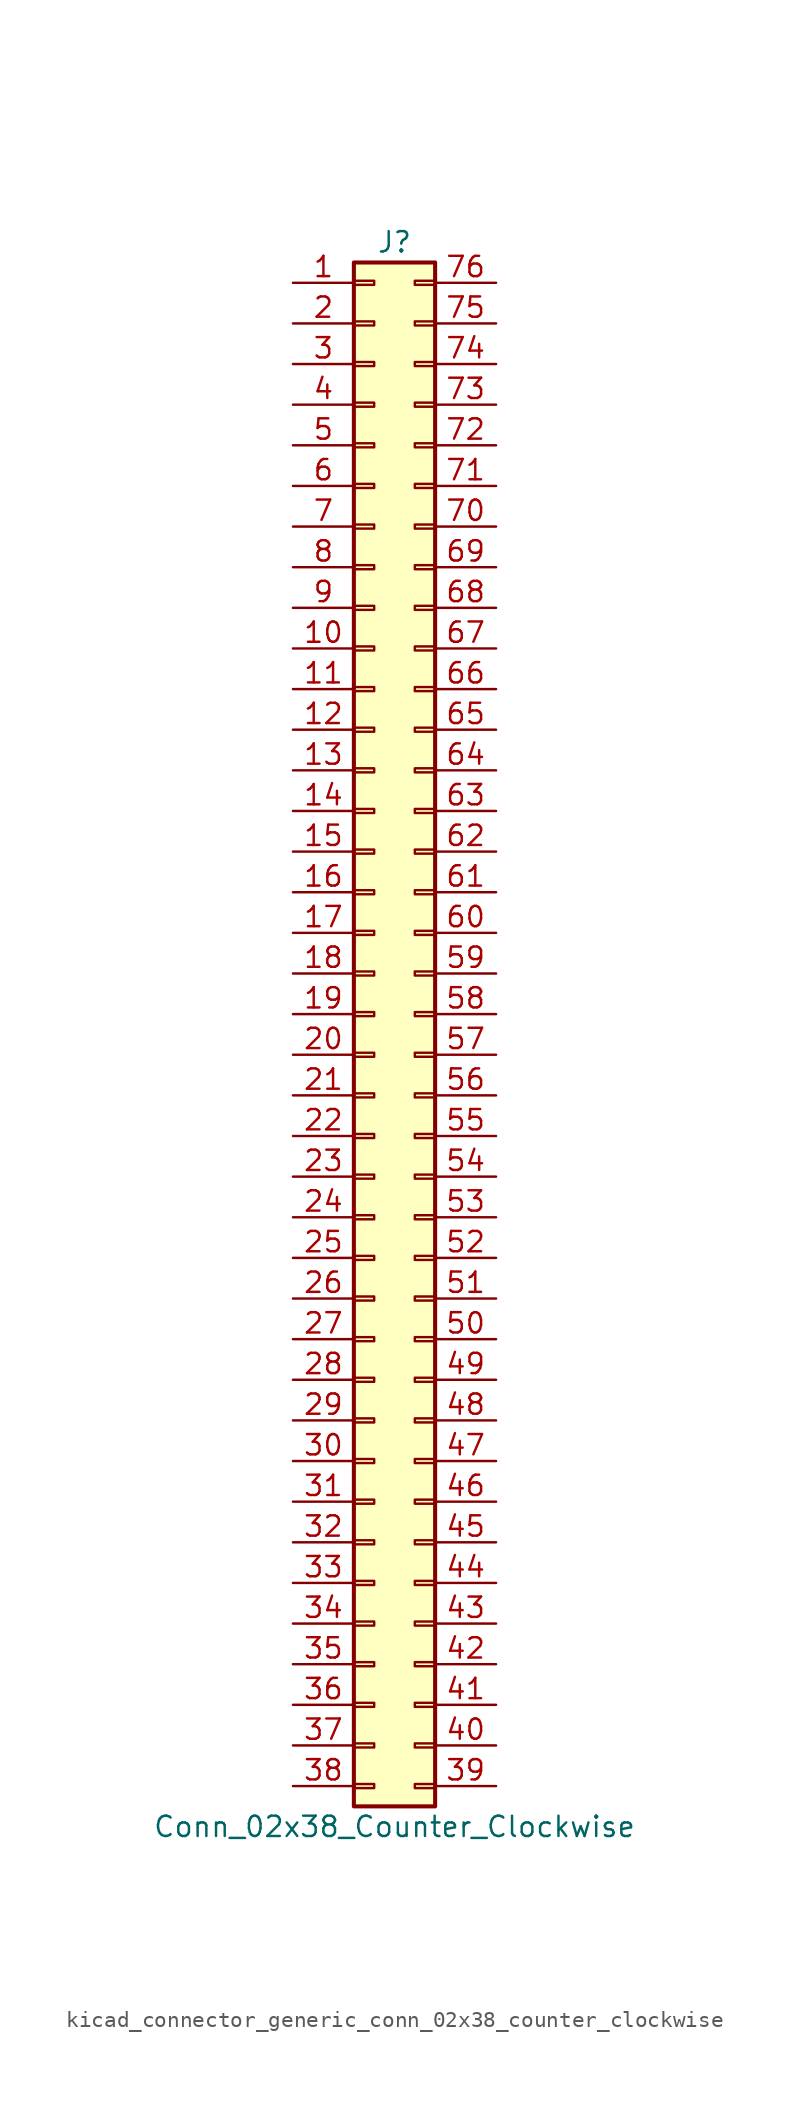
<source format=kicad_sym>
(kicad_symbol_lib
  (version 20220914)
  (generator kicad_symbol_editor)
  (symbol "kicad_connector_generic_conn_02x38_counter_clockwise"
    (pin_names
      (offset 1.016) hide)
    (property "Reference" "J"
      (at 1.27 48.26 0)
      (effects (font (size 1.27 1.27))))
    (property "Value" "Conn_02x38_Counter_Clockwise"
      (at 1.27 -50.8 0)
      (effects (font (size 1.27 1.27))))
    (symbol "kicad_connector_generic_conn_02x38_counter_clockwise_1_1"
      (rectangle (start -1.27 -48.133) (end 0 -48.387) (stroke (width 0.152) (type default)) (fill (type none)))
      (rectangle (start -1.27 -45.593) (end 0 -45.847) (stroke (width 0.152) (type default)) (fill (type none)))
      (rectangle (start -1.27 -43.053) (end 0 -43.307) (stroke (width 0.152) (type default)) (fill (type none)))
      (rectangle (start -1.27 -40.513) (end 0 -40.767) (stroke (width 0.152) (type default)) (fill (type none)))
      (rectangle (start -1.27 -37.973) (end 0 -38.227) (stroke (width 0.152) (type default)) (fill (type none)))
      (rectangle (start -1.27 -35.433) (end 0 -35.687) (stroke (width 0.152) (type default)) (fill (type none)))
      (rectangle (start -1.27 -32.893) (end 0 -33.147) (stroke (width 0.152) (type default)) (fill (type none)))
      (rectangle (start -1.27 -30.353) (end 0 -30.607) (stroke (width 0.152) (type default)) (fill (type none)))
      (rectangle (start -1.27 -27.813) (end 0 -28.067) (stroke (width 0.152) (type default)) (fill (type none)))
      (rectangle (start -1.27 -25.273) (end 0 -25.527) (stroke (width 0.152) (type default)) (fill (type none)))
      (rectangle (start -1.27 -22.733) (end 0 -22.987) (stroke (width 0.152) (type default)) (fill (type none)))
      (rectangle (start -1.27 -20.193) (end 0 -20.447) (stroke (width 0.152) (type default)) (fill (type none)))
      (rectangle (start -1.27 -17.653) (end 0 -17.907) (stroke (width 0.152) (type default)) (fill (type none)))
      (rectangle (start -1.27 -15.113) (end 0 -15.367) (stroke (width 0.152) (type default)) (fill (type none)))
      (rectangle (start -1.27 -12.573) (end 0 -12.827) (stroke (width 0.152) (type default)) (fill (type none)))
      (rectangle (start -1.27 -10.033) (end 0 -10.287) (stroke (width 0.152) (type default)) (fill (type none)))
      (rectangle (start -1.27 -7.493) (end 0 -7.747) (stroke (width 0.152) (type default)) (fill (type none)))
      (rectangle (start -1.27 -4.953) (end 0 -5.207) (stroke (width 0.152) (type default)) (fill (type none)))
      (rectangle (start -1.27 -2.413) (end 0 -2.667) (stroke (width 0.152) (type default)) (fill (type none)))
      (rectangle (start -1.27 0.127) (end 0 -0.127) (stroke (width 0.152) (type default)) (fill (type none)))
      (rectangle (start -1.27 2.667) (end 0 2.413) (stroke (width 0.152) (type default)) (fill (type none)))
      (rectangle (start -1.27 5.207) (end 0 4.953) (stroke (width 0.152) (type default)) (fill (type none)))
      (rectangle (start -1.27 7.747) (end 0 7.493) (stroke (width 0.152) (type default)) (fill (type none)))
      (rectangle (start -1.27 10.287) (end 0 10.033) (stroke (width 0.152) (type default)) (fill (type none)))
      (rectangle (start -1.27 12.827) (end 0 12.573) (stroke (width 0.152) (type default)) (fill (type none)))
      (rectangle (start -1.27 15.367) (end 0 15.113) (stroke (width 0.152) (type default)) (fill (type none)))
      (rectangle (start -1.27 17.907) (end 0 17.653) (stroke (width 0.152) (type default)) (fill (type none)))
      (rectangle (start -1.27 20.447) (end 0 20.193) (stroke (width 0.152) (type default)) (fill (type none)))
      (rectangle (start -1.27 22.987) (end 0 22.733) (stroke (width 0.152) (type default)) (fill (type none)))
      (rectangle (start -1.27 25.527) (end 0 25.273) (stroke (width 0.152) (type default)) (fill (type none)))
      (rectangle (start -1.27 28.067) (end 0 27.813) (stroke (width 0.152) (type default)) (fill (type none)))
      (rectangle (start -1.27 30.607) (end 0 30.353) (stroke (width 0.152) (type default)) (fill (type none)))
      (rectangle (start -1.27 33.147) (end 0 32.893) (stroke (width 0.152) (type default)) (fill (type none)))
      (rectangle (start -1.27 35.687) (end 0 35.433) (stroke (width 0.152) (type default)) (fill (type none)))
      (rectangle (start -1.27 38.227) (end 0 37.973) (stroke (width 0.152) (type default)) (fill (type none)))
      (rectangle (start -1.27 40.767) (end 0 40.513) (stroke (width 0.152) (type default)) (fill (type none)))
      (rectangle (start -1.27 43.307) (end 0 43.053) (stroke (width 0.152) (type default)) (fill (type none)))
      (rectangle (start -1.27 45.847) (end 0 45.593) (stroke (width 0.152) (type default)) (fill (type none)))
      (rectangle (start -1.27 46.99) (end 3.81 -49.53) (stroke (width 0.254) (type default)) (fill (type background)))
      (rectangle (start 3.81 -48.133) (end 2.54 -48.387) (stroke (width 0.152) (type default)) (fill (type none)))
      (rectangle (start 3.81 -45.593) (end 2.54 -45.847) (stroke (width 0.152) (type default)) (fill (type none)))
      (rectangle (start 3.81 -43.053) (end 2.54 -43.307) (stroke (width 0.152) (type default)) (fill (type none)))
      (rectangle (start 3.81 -40.513) (end 2.54 -40.767) (stroke (width 0.152) (type default)) (fill (type none)))
      (rectangle (start 3.81 -37.973) (end 2.54 -38.227) (stroke (width 0.152) (type default)) (fill (type none)))
      (rectangle (start 3.81 -35.433) (end 2.54 -35.687) (stroke (width 0.152) (type default)) (fill (type none)))
      (rectangle (start 3.81 -32.893) (end 2.54 -33.147) (stroke (width 0.152) (type default)) (fill (type none)))
      (rectangle (start 3.81 -30.353) (end 2.54 -30.607) (stroke (width 0.152) (type default)) (fill (type none)))
      (rectangle (start 3.81 -27.813) (end 2.54 -28.067) (stroke (width 0.152) (type default)) (fill (type none)))
      (rectangle (start 3.81 -25.273) (end 2.54 -25.527) (stroke (width 0.152) (type default)) (fill (type none)))
      (rectangle (start 3.81 -22.733) (end 2.54 -22.987) (stroke (width 0.152) (type default)) (fill (type none)))
      (rectangle (start 3.81 -20.193) (end 2.54 -20.447) (stroke (width 0.152) (type default)) (fill (type none)))
      (rectangle (start 3.81 -17.653) (end 2.54 -17.907) (stroke (width 0.152) (type default)) (fill (type none)))
      (rectangle (start 3.81 -15.113) (end 2.54 -15.367) (stroke (width 0.152) (type default)) (fill (type none)))
      (rectangle (start 3.81 -12.573) (end 2.54 -12.827) (stroke (width 0.152) (type default)) (fill (type none)))
      (rectangle (start 3.81 -10.033) (end 2.54 -10.287) (stroke (width 0.152) (type default)) (fill (type none)))
      (rectangle (start 3.81 -7.493) (end 2.54 -7.747) (stroke (width 0.152) (type default)) (fill (type none)))
      (rectangle (start 3.81 -4.953) (end 2.54 -5.207) (stroke (width 0.152) (type default)) (fill (type none)))
      (rectangle (start 3.81 -2.413) (end 2.54 -2.667) (stroke (width 0.152) (type default)) (fill (type none)))
      (rectangle (start 3.81 0.127) (end 2.54 -0.127) (stroke (width 0.152) (type default)) (fill (type none)))
      (rectangle (start 3.81 2.667) (end 2.54 2.413) (stroke (width 0.152) (type default)) (fill (type none)))
      (rectangle (start 3.81 5.207) (end 2.54 4.953) (stroke (width 0.152) (type default)) (fill (type none)))
      (rectangle (start 3.81 7.747) (end 2.54 7.493) (stroke (width 0.152) (type default)) (fill (type none)))
      (rectangle (start 3.81 10.287) (end 2.54 10.033) (stroke (width 0.152) (type default)) (fill (type none)))
      (rectangle (start 3.81 12.827) (end 2.54 12.573) (stroke (width 0.152) (type default)) (fill (type none)))
      (rectangle (start 3.81 15.367) (end 2.54 15.113) (stroke (width 0.152) (type default)) (fill (type none)))
      (rectangle (start 3.81 17.907) (end 2.54 17.653) (stroke (width 0.152) (type default)) (fill (type none)))
      (rectangle (start 3.81 20.447) (end 2.54 20.193) (stroke (width 0.152) (type default)) (fill (type none)))
      (rectangle (start 3.81 22.987) (end 2.54 22.733) (stroke (width 0.152) (type default)) (fill (type none)))
      (rectangle (start 3.81 25.527) (end 2.54 25.273) (stroke (width 0.152) (type default)) (fill (type none)))
      (rectangle (start 3.81 28.067) (end 2.54 27.813) (stroke (width 0.152) (type default)) (fill (type none)))
      (rectangle (start 3.81 30.607) (end 2.54 30.353) (stroke (width 0.152) (type default)) (fill (type none)))
      (rectangle (start 3.81 33.147) (end 2.54 32.893) (stroke (width 0.152) (type default)) (fill (type none)))
      (rectangle (start 3.81 35.687) (end 2.54 35.433) (stroke (width 0.152) (type default)) (fill (type none)))
      (rectangle (start 3.81 38.227) (end 2.54 37.973) (stroke (width 0.152) (type default)) (fill (type none)))
      (rectangle (start 3.81 40.767) (end 2.54 40.513) (stroke (width 0.152) (type default)) (fill (type none)))
      (rectangle (start 3.81 43.307) (end 2.54 43.053) (stroke (width 0.152) (type default)) (fill (type none)))
      (rectangle (start 3.81 45.847) (end 2.54 45.593) (stroke (width 0.152) (type default)) (fill (type none)))
      (pin passive line (at -5.08 45.72 0) (length 3.81) (name "Pin_1" (effects (font (size 1.27 1.27)))) (number "1" (effects (font (size 1.27 1.27)))))
      (pin passive line (at -5.08 22.86 0) (length 3.81) (name "Pin_10" (effects (font (size 1.27 1.27)))) (number "10" (effects (font (size 1.27 1.27)))))
      (pin passive line (at -5.08 20.32 0) (length 3.81) (name "Pin_11" (effects (font (size 1.27 1.27)))) (number "11" (effects (font (size 1.27 1.27)))))
      (pin passive line (at -5.08 17.78 0) (length 3.81) (name "Pin_12" (effects (font (size 1.27 1.27)))) (number "12" (effects (font (size 1.27 1.27)))))
      (pin passive line (at -5.08 15.24 0) (length 3.81) (name "Pin_13" (effects (font (size 1.27 1.27)))) (number "13" (effects (font (size 1.27 1.27)))))
      (pin passive line (at -5.08 12.7 0) (length 3.81) (name "Pin_14" (effects (font (size 1.27 1.27)))) (number "14" (effects (font (size 1.27 1.27)))))
      (pin passive line (at -5.08 10.16 0) (length 3.81) (name "Pin_15" (effects (font (size 1.27 1.27)))) (number "15" (effects (font (size 1.27 1.27)))))
      (pin passive line (at -5.08 7.62 0) (length 3.81) (name "Pin_16" (effects (font (size 1.27 1.27)))) (number "16" (effects (font (size 1.27 1.27)))))
      (pin passive line (at -5.08 5.08 0) (length 3.81) (name "Pin_17" (effects (font (size 1.27 1.27)))) (number "17" (effects (font (size 1.27 1.27)))))
      (pin passive line (at -5.08 2.54 0) (length 3.81) (name "Pin_18" (effects (font (size 1.27 1.27)))) (number "18" (effects (font (size 1.27 1.27)))))
      (pin passive line (at -5.08 0 0) (length 3.81) (name "Pin_19" (effects (font (size 1.27 1.27)))) (number "19" (effects (font (size 1.27 1.27)))))
      (pin passive line (at -5.08 43.18 0) (length 3.81) (name "Pin_2" (effects (font (size 1.27 1.27)))) (number "2" (effects (font (size 1.27 1.27)))))
      (pin passive line (at -5.08 -2.54 0) (length 3.81) (name "Pin_20" (effects (font (size 1.27 1.27)))) (number "20" (effects (font (size 1.27 1.27)))))
      (pin passive line (at -5.08 -5.08 0) (length 3.81) (name "Pin_21" (effects (font (size 1.27 1.27)))) (number "21" (effects (font (size 1.27 1.27)))))
      (pin passive line (at -5.08 -7.62 0) (length 3.81) (name "Pin_22" (effects (font (size 1.27 1.27)))) (number "22" (effects (font (size 1.27 1.27)))))
      (pin passive line (at -5.08 -10.16 0) (length 3.81) (name "Pin_23" (effects (font (size 1.27 1.27)))) (number "23" (effects (font (size 1.27 1.27)))))
      (pin passive line (at -5.08 -12.7 0) (length 3.81) (name "Pin_24" (effects (font (size 1.27 1.27)))) (number "24" (effects (font (size 1.27 1.27)))))
      (pin passive line (at -5.08 -15.24 0) (length 3.81) (name "Pin_25" (effects (font (size 1.27 1.27)))) (number "25" (effects (font (size 1.27 1.27)))))
      (pin passive line (at -5.08 -17.78 0) (length 3.81) (name "Pin_26" (effects (font (size 1.27 1.27)))) (number "26" (effects (font (size 1.27 1.27)))))
      (pin passive line (at -5.08 -20.32 0) (length 3.81) (name "Pin_27" (effects (font (size 1.27 1.27)))) (number "27" (effects (font (size 1.27 1.27)))))
      (pin passive line (at -5.08 -22.86 0) (length 3.81) (name "Pin_28" (effects (font (size 1.27 1.27)))) (number "28" (effects (font (size 1.27 1.27)))))
      (pin passive line (at -5.08 -25.4 0) (length 3.81) (name "Pin_29" (effects (font (size 1.27 1.27)))) (number "29" (effects (font (size 1.27 1.27)))))
      (pin passive line (at -5.08 40.64 0) (length 3.81) (name "Pin_3" (effects (font (size 1.27 1.27)))) (number "3" (effects (font (size 1.27 1.27)))))
      (pin passive line (at -5.08 -27.94 0) (length 3.81) (name "Pin_30" (effects (font (size 1.27 1.27)))) (number "30" (effects (font (size 1.27 1.27)))))
      (pin passive line (at -5.08 -30.48 0) (length 3.81) (name "Pin_31" (effects (font (size 1.27 1.27)))) (number "31" (effects (font (size 1.27 1.27)))))
      (pin passive line (at -5.08 -33.02 0) (length 3.81) (name "Pin_32" (effects (font (size 1.27 1.27)))) (number "32" (effects (font (size 1.27 1.27)))))
      (pin passive line (at -5.08 -35.56 0) (length 3.81) (name "Pin_33" (effects (font (size 1.27 1.27)))) (number "33" (effects (font (size 1.27 1.27)))))
      (pin passive line (at -5.08 -38.1 0) (length 3.81) (name "Pin_34" (effects (font (size 1.27 1.27)))) (number "34" (effects (font (size 1.27 1.27)))))
      (pin passive line (at -5.08 -40.64 0) (length 3.81) (name "Pin_35" (effects (font (size 1.27 1.27)))) (number "35" (effects (font (size 1.27 1.27)))))
      (pin passive line (at -5.08 -43.18 0) (length 3.81) (name "Pin_36" (effects (font (size 1.27 1.27)))) (number "36" (effects (font (size 1.27 1.27)))))
      (pin passive line (at -5.08 -45.72 0) (length 3.81) (name "Pin_37" (effects (font (size 1.27 1.27)))) (number "37" (effects (font (size 1.27 1.27)))))
      (pin passive line (at -5.08 -48.26 0) (length 3.81) (name "Pin_38" (effects (font (size 1.27 1.27)))) (number "38" (effects (font (size 1.27 1.27)))))
      (pin passive line (at 7.62 -48.26 180) (length 3.81) (name "Pin_39" (effects (font (size 1.27 1.27)))) (number "39" (effects (font (size 1.27 1.27)))))
      (pin passive line (at -5.08 38.1 0) (length 3.81) (name "Pin_4" (effects (font (size 1.27 1.27)))) (number "4" (effects (font (size 1.27 1.27)))))
      (pin passive line (at 7.62 -45.72 180) (length 3.81) (name "Pin_40" (effects (font (size 1.27 1.27)))) (number "40" (effects (font (size 1.27 1.27)))))
      (pin passive line (at 7.62 -43.18 180) (length 3.81) (name "Pin_41" (effects (font (size 1.27 1.27)))) (number "41" (effects (font (size 1.27 1.27)))))
      (pin passive line (at 7.62 -40.64 180) (length 3.81) (name "Pin_42" (effects (font (size 1.27 1.27)))) (number "42" (effects (font (size 1.27 1.27)))))
      (pin passive line (at 7.62 -38.1 180) (length 3.81) (name "Pin_43" (effects (font (size 1.27 1.27)))) (number "43" (effects (font (size 1.27 1.27)))))
      (pin passive line (at 7.62 -35.56 180) (length 3.81) (name "Pin_44" (effects (font (size 1.27 1.27)))) (number "44" (effects (font (size 1.27 1.27)))))
      (pin passive line (at 7.62 -33.02 180) (length 3.81) (name "Pin_45" (effects (font (size 1.27 1.27)))) (number "45" (effects (font (size 1.27 1.27)))))
      (pin passive line (at 7.62 -30.48 180) (length 3.81) (name "Pin_46" (effects (font (size 1.27 1.27)))) (number "46" (effects (font (size 1.27 1.27)))))
      (pin passive line (at 7.62 -27.94 180) (length 3.81) (name "Pin_47" (effects (font (size 1.27 1.27)))) (number "47" (effects (font (size 1.27 1.27)))))
      (pin passive line (at 7.62 -25.4 180) (length 3.81) (name "Pin_48" (effects (font (size 1.27 1.27)))) (number "48" (effects (font (size 1.27 1.27)))))
      (pin passive line (at 7.62 -22.86 180) (length 3.81) (name "Pin_49" (effects (font (size 1.27 1.27)))) (number "49" (effects (font (size 1.27 1.27)))))
      (pin passive line (at -5.08 35.56 0) (length 3.81) (name "Pin_5" (effects (font (size 1.27 1.27)))) (number "5" (effects (font (size 1.27 1.27)))))
      (pin passive line (at 7.62 -20.32 180) (length 3.81) (name "Pin_50" (effects (font (size 1.27 1.27)))) (number "50" (effects (font (size 1.27 1.27)))))
      (pin passive line (at 7.62 -17.78 180) (length 3.81) (name "Pin_51" (effects (font (size 1.27 1.27)))) (number "51" (effects (font (size 1.27 1.27)))))
      (pin passive line (at 7.62 -15.24 180) (length 3.81) (name "Pin_52" (effects (font (size 1.27 1.27)))) (number "52" (effects (font (size 1.27 1.27)))))
      (pin passive line (at 7.62 -12.7 180) (length 3.81) (name "Pin_53" (effects (font (size 1.27 1.27)))) (number "53" (effects (font (size 1.27 1.27)))))
      (pin passive line (at 7.62 -10.16 180) (length 3.81) (name "Pin_54" (effects (font (size 1.27 1.27)))) (number "54" (effects (font (size 1.27 1.27)))))
      (pin passive line (at 7.62 -7.62 180) (length 3.81) (name "Pin_55" (effects (font (size 1.27 1.27)))) (number "55" (effects (font (size 1.27 1.27)))))
      (pin passive line (at 7.62 -5.08 180) (length 3.81) (name "Pin_56" (effects (font (size 1.27 1.27)))) (number "56" (effects (font (size 1.27 1.27)))))
      (pin passive line (at 7.62 -2.54 180) (length 3.81) (name "Pin_57" (effects (font (size 1.27 1.27)))) (number "57" (effects (font (size 1.27 1.27)))))
      (pin passive line (at 7.62 0 180) (length 3.81) (name "Pin_58" (effects (font (size 1.27 1.27)))) (number "58" (effects (font (size 1.27 1.27)))))
      (pin passive line (at 7.62 2.54 180) (length 3.81) (name "Pin_59" (effects (font (size 1.27 1.27)))) (number "59" (effects (font (size 1.27 1.27)))))
      (pin passive line (at -5.08 33.02 0) (length 3.81) (name "Pin_6" (effects (font (size 1.27 1.27)))) (number "6" (effects (font (size 1.27 1.27)))))
      (pin passive line (at 7.62 5.08 180) (length 3.81) (name "Pin_60" (effects (font (size 1.27 1.27)))) (number "60" (effects (font (size 1.27 1.27)))))
      (pin passive line (at 7.62 7.62 180) (length 3.81) (name "Pin_61" (effects (font (size 1.27 1.27)))) (number "61" (effects (font (size 1.27 1.27)))))
      (pin passive line (at 7.62 10.16 180) (length 3.81) (name "Pin_62" (effects (font (size 1.27 1.27)))) (number "62" (effects (font (size 1.27 1.27)))))
      (pin passive line (at 7.62 12.7 180) (length 3.81) (name "Pin_63" (effects (font (size 1.27 1.27)))) (number "63" (effects (font (size 1.27 1.27)))))
      (pin passive line (at 7.62 15.24 180) (length 3.81) (name "Pin_64" (effects (font (size 1.27 1.27)))) (number "64" (effects (font (size 1.27 1.27)))))
      (pin passive line (at 7.62 17.78 180) (length 3.81) (name "Pin_65" (effects (font (size 1.27 1.27)))) (number "65" (effects (font (size 1.27 1.27)))))
      (pin passive line (at 7.62 20.32 180) (length 3.81) (name "Pin_66" (effects (font (size 1.27 1.27)))) (number "66" (effects (font (size 1.27 1.27)))))
      (pin passive line (at 7.62 22.86 180) (length 3.81) (name "Pin_67" (effects (font (size 1.27 1.27)))) (number "67" (effects (font (size 1.27 1.27)))))
      (pin passive line (at 7.62 25.4 180) (length 3.81) (name "Pin_68" (effects (font (size 1.27 1.27)))) (number "68" (effects (font (size 1.27 1.27)))))
      (pin passive line (at 7.62 27.94 180) (length 3.81) (name "Pin_69" (effects (font (size 1.27 1.27)))) (number "69" (effects (font (size 1.27 1.27)))))
      (pin passive line (at -5.08 30.48 0) (length 3.81) (name "Pin_7" (effects (font (size 1.27 1.27)))) (number "7" (effects (font (size 1.27 1.27)))))
      (pin passive line (at 7.62 30.48 180) (length 3.81) (name "Pin_70" (effects (font (size 1.27 1.27)))) (number "70" (effects (font (size 1.27 1.27)))))
      (pin passive line (at 7.62 33.02 180) (length 3.81) (name "Pin_71" (effects (font (size 1.27 1.27)))) (number "71" (effects (font (size 1.27 1.27)))))
      (pin passive line (at 7.62 35.56 180) (length 3.81) (name "Pin_72" (effects (font (size 1.27 1.27)))) (number "72" (effects (font (size 1.27 1.27)))))
      (pin passive line (at 7.62 38.1 180) (length 3.81) (name "Pin_73" (effects (font (size 1.27 1.27)))) (number "73" (effects (font (size 1.27 1.27)))))
      (pin passive line (at 7.62 40.64 180) (length 3.81) (name "Pin_74" (effects (font (size 1.27 1.27)))) (number "74" (effects (font (size 1.27 1.27)))))
      (pin passive line (at 7.62 43.18 180) (length 3.81) (name "Pin_75" (effects (font (size 1.27 1.27)))) (number "75" (effects (font (size 1.27 1.27)))))
      (pin passive line (at 7.62 45.72 180) (length 3.81) (name "Pin_76" (effects (font (size 1.27 1.27)))) (number "76" (effects (font (size 1.27 1.27)))))
      (pin passive line (at -5.08 27.94 0) (length 3.81) (name "Pin_8" (effects (font (size 1.27 1.27)))) (number "8" (effects (font (size 1.27 1.27)))))
      (pin passive line (at -5.08 25.4 0) (length 3.81) (name "Pin_9" (effects (font (size 1.27 1.27)))) (number "9" (effects (font (size 1.27 1.27))))))))
</source>
